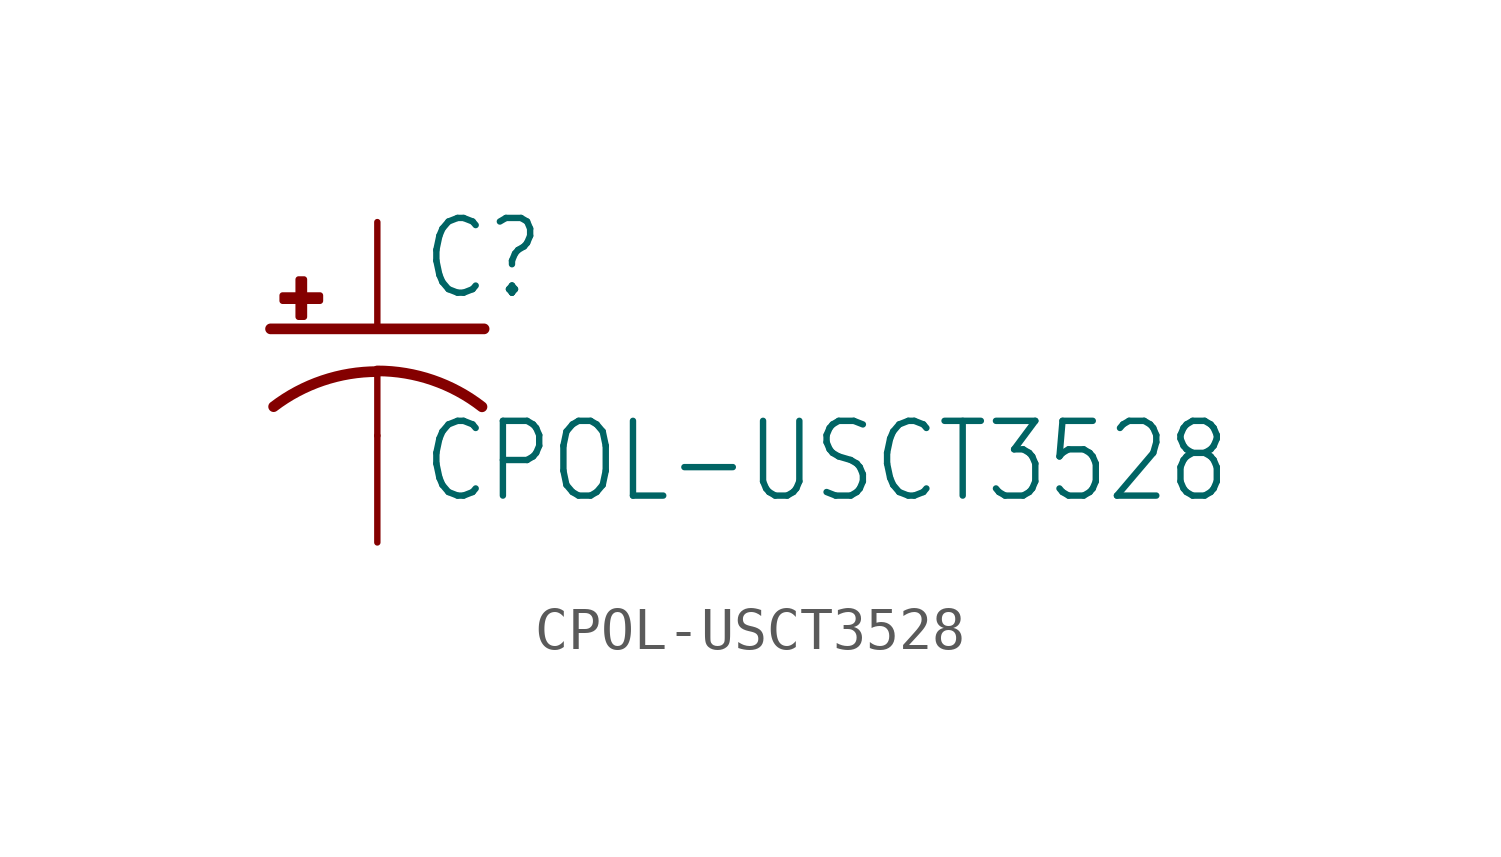
<source format=kicad_sym>
(kicad_symbol_lib
  (version 20220914)
  (generator kicad_symbol_editor)
  (symbol "CPOL-USCT3528"
    (property "Reference" "C"
      (at 1.016 0.635 0)
      (effects (font (size 1.778 1.511)) (justify left bottom)))
    (property "Value" "CPOL-USCT3528"
      (at 1.016 -4.191 0)
      (effects (font (size 1.778 1.511)) (justify left bottom)))
    (property "ki_locked" ""
      (at 0 0 0)
      (effects (font (size 1.27 1.27))))
    (symbol "CPOL-USCT3528_1_0"
      (rectangle (start -2.253 0.668) (end -1.364 0.795) (stroke (width 0) (type default)) (fill (type outline)))
      (rectangle (start -1.872 0.287) (end -1.745 1.176) (stroke (width 0) (type default)) (fill (type outline)))
      (arc (start 0 -1.0161) (mid -1.3021 -1.2302) (end -2.4669 -1.8504) (stroke (width 0.254) (type default)) (fill (type none)))
      (polyline (pts (xy -2.54 0) (xy 2.54 0)) (stroke (width 0.254) (type default)) (fill (type none)))
      (polyline (pts (xy 0 -1.016) (xy 0 -2.54)) (stroke (width 0.152) (type default)) (fill (type none)))
      (arc (start 2.4892 -1.8542) (mid 1.3158 -1.2195) (end 0 -1) (stroke (width 0.254) (type default)) (fill (type none)))
      (pin passive line (at 0 2.54 270) (length 2.54) (name "+" (effects (font (size 0 0)))) (number "+" (effects (font (size 0 0)))))
      (pin passive line (at 0 -5.08 90) (length 2.54) (name "-" (effects (font (size 0 0)))) (number "-" (effects (font (size 0 0))))))))
</source>
